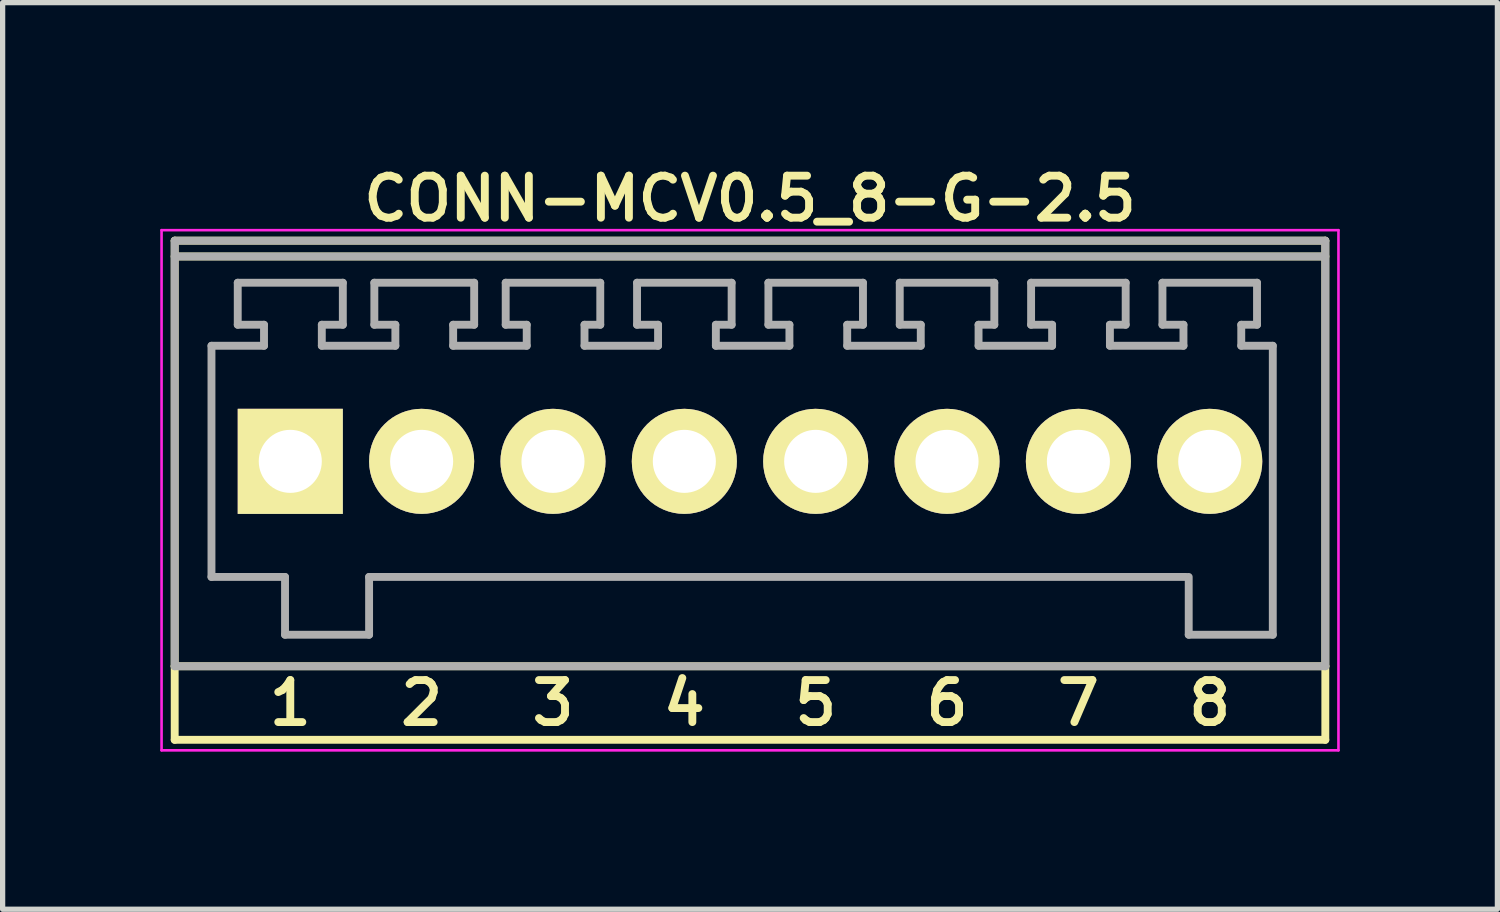
<source format=kicad_pcb>
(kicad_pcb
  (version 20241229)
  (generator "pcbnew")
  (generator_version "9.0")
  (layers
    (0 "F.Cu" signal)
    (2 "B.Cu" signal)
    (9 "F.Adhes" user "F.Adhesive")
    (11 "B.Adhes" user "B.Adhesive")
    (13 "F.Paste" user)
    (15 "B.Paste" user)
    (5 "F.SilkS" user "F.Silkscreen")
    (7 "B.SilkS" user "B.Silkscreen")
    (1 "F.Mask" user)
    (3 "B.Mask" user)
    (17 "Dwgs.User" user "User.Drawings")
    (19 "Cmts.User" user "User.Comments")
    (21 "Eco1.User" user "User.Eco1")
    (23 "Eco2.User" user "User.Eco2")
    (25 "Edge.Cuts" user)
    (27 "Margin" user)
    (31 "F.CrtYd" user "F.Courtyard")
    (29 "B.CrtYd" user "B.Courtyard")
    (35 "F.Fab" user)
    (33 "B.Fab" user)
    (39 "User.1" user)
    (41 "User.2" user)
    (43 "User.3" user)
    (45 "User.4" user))
  (footprint "CONN-MCV0.5_8-G-2.5"
    (layer "F.Cu")
    (at 11.225 5.731)
    (property "Reference" "CONN-MCV0.5_8-G-2.5" (at 0 -5 0) (layer "F.SilkS") (effects (font (size 0.8 0.8) (thickness 0.15))))
    (attr through_hole)
    (fp_line (start -10.95 -4.2) (end -10.95 3.9) (stroke (width 0.15) (type solid)) (layer "F.SilkS"))
    (fp_line (start -10.95 -3.9) (end 10.95 -3.9) (stroke (width 0.15) (type solid)) (layer "F.SilkS"))
    (fp_line (start -10.95 3.9) (end -10.95 5.3) (stroke (width 0.15) (type solid)) (layer "F.SilkS"))
    (fp_line (start -10.95 3.9) (end 10.95 3.9) (stroke (width 0.15) (type solid)) (layer "F.SilkS"))
    (fp_line (start -10.95 5.3) (end 10.95 5.3) (stroke (width 0.15) (type solid)) (layer "F.SilkS"))
    (fp_line (start 10.95 -4.2) (end -10.95 -4.2) (stroke (width 0.15) (type solid)) (layer "F.SilkS"))
    (fp_line (start 10.95 3.9) (end 10.95 -4.2) (stroke (width 0.15) (type solid)) (layer "F.SilkS"))
    (fp_line (start 10.95 5.3) (end 10.95 3.9) (stroke (width 0.15) (type solid)) (layer "F.SilkS"))
    (fp_line (start -11.2 -4.4) (end 11.2 -4.4) (stroke (width 0.05) (type solid)) (layer "F.CrtYd"))
    (fp_line (start -11.2 5.5) (end -11.2 -4.4) (stroke (width 0.05) (type solid)) (layer "F.CrtYd"))
    (fp_line (start 11.2 -4.4) (end 11.2 5.5) (stroke (width 0.05) (type solid)) (layer "F.CrtYd"))
    (fp_line (start 11.2 5.5) (end -11.2 5.5) (stroke (width 0.05) (type solid)) (layer "F.CrtYd"))
    (fp_line (start -10.95 -4.2) (end -10.95 3.9) (stroke (width 0.15) (type solid)) (layer "F.Fab"))
    (fp_line (start -10.95 -3.9) (end 10.95 -3.9) (stroke (width 0.15) (type solid)) (layer "F.Fab"))
    (fp_line (start -10.95 3.9) (end 10.95 3.9) (stroke (width 0.15) (type solid)) (layer "F.Fab"))
    (fp_line (start -10.25 -2.2) (end -9.25 -2.2) (stroke (width 0.15) (type solid)) (layer "F.Fab"))
    (fp_line (start -10.25 2.2) (end -10.25 -2.2) (stroke (width 0.15) (type solid)) (layer "F.Fab"))
    (fp_line (start -9.75 -3.4) (end -7.75 -3.4) (stroke (width 0.15) (type solid)) (layer "F.Fab"))
    (fp_line (start -9.75 -2.6) (end -9.75 -3.4) (stroke (width 0.15) (type solid)) (layer "F.Fab"))
    (fp_line (start -9.25 -2.6) (end -9.75 -2.6) (stroke (width 0.15) (type solid)) (layer "F.Fab"))
    (fp_line (start -9.25 -2.2) (end -9.25 -2.6) (stroke (width 0.15) (type solid)) (layer "F.Fab"))
    (fp_line (start -8.85 2.2) (end -10.25 2.2) (stroke (width 0.15) (type solid)) (layer "F.Fab"))
    (fp_line (start -8.85 3.3) (end -8.85 2.2) (stroke (width 0.15) (type solid)) (layer "F.Fab"))
    (fp_line (start -8.15 -2.6) (end -8.15 -2.2) (stroke (width 0.15) (type solid)) (layer "F.Fab"))
    (fp_line (start -8.15 -2.2) (end -6.75 -2.2) (stroke (width 0.15) (type solid)) (layer "F.Fab"))
    (fp_line (start -7.75 -3.4) (end -7.75 -2.6) (stroke (width 0.15) (type solid)) (layer "F.Fab"))
    (fp_line (start -7.75 -2.6) (end -8.15 -2.6) (stroke (width 0.15) (type solid)) (layer "F.Fab"))
    (fp_line (start -7.25 2.2) (end -7.25 3.3) (stroke (width 0.15) (type solid)) (layer "F.Fab"))
    (fp_line (start -7.25 2.2) (end 8.3 2.2) (stroke (width 0.15) (type solid)) (layer "F.Fab"))
    (fp_line (start -7.25 3.3) (end -8.85 3.3) (stroke (width 0.15) (type solid)) (layer "F.Fab"))
    (fp_line (start -7.15 -3.4) (end -5.25 -3.4) (stroke (width 0.15) (type solid)) (layer "F.Fab"))
    (fp_line (start -7.15 -2.6) (end -7.15 -3.4) (stroke (width 0.15) (type solid)) (layer "F.Fab"))
    (fp_line (start -6.75 -2.6) (end -7.15 -2.6) (stroke (width 0.15) (type solid)) (layer "F.Fab"))
    (fp_line (start -6.75 -2.2) (end -6.75 -2.6) (stroke (width 0.15) (type solid)) (layer "F.Fab"))
    (fp_line (start -5.65 -2.6) (end -5.65 -2.2) (stroke (width 0.15) (type solid)) (layer "F.Fab"))
    (fp_line (start -5.65 -2.2) (end -4.25 -2.2) (stroke (width 0.15) (type solid)) (layer "F.Fab"))
    (fp_line (start -5.25 -3.4) (end -5.25 -2.6) (stroke (width 0.15) (type solid)) (layer "F.Fab"))
    (fp_line (start -5.25 -2.6) (end -5.65 -2.6) (stroke (width 0.15) (type solid)) (layer "F.Fab"))
    (fp_line (start -4.65 -3.4) (end -2.85 -3.4) (stroke (width 0.15) (type solid)) (layer "F.Fab"))
    (fp_line (start -4.65 -2.6) (end -4.65 -3.4) (stroke (width 0.15) (type solid)) (layer "F.Fab"))
    (fp_line (start -4.25 -2.6) (end -4.65 -2.6) (stroke (width 0.15) (type solid)) (layer "F.Fab"))
    (fp_line (start -4.25 -2.2) (end -4.25 -2.6) (stroke (width 0.15) (type solid)) (layer "F.Fab"))
    (fp_line (start -3.15 -2.6) (end -2.85 -2.6) (stroke (width 0.15) (type solid)) (layer "F.Fab"))
    (fp_line (start -3.15 -2.2) (end -3.15 -2.6) (stroke (width 0.15) (type solid)) (layer "F.Fab"))
    (fp_line (start -3.15 -2.2) (end -1.75 -2.2) (stroke (width 0.15) (type solid)) (layer "F.Fab"))
    (fp_line (start -2.85 -2.6) (end -2.85 -3.4) (stroke (width 0.15) (type solid)) (layer "F.Fab"))
    (fp_line (start -2.15 -3.4) (end -0.35 -3.4) (stroke (width 0.15) (type solid)) (layer "F.Fab"))
    (fp_line (start -2.15 -2.6) (end -2.15 -3.4) (stroke (width 0.15) (type solid)) (layer "F.Fab"))
    (fp_line (start -1.75 -2.6) (end -2.15 -2.6) (stroke (width 0.15) (type solid)) (layer "F.Fab"))
    (fp_line (start -1.75 -2.2) (end -1.75 -2.6) (stroke (width 0.15) (type solid)) (layer "F.Fab"))
    (fp_line (start -0.65 -2.6) (end -0.35 -2.6) (stroke (width 0.15) (type solid)) (layer "F.Fab"))
    (fp_line (start -0.65 -2.2) (end -0.65 -2.6) (stroke (width 0.15) (type solid)) (layer "F.Fab"))
    (fp_line (start -0.65 -2.2) (end 0.75 -2.2) (stroke (width 0.15) (type solid)) (layer "F.Fab"))
    (fp_line (start -0.35 -2.6) (end -0.35 -3.4) (stroke (width 0.15) (type solid)) (layer "F.Fab"))
    (fp_line (start 0.35 -3.4) (end 2.15 -3.4) (stroke (width 0.15) (type solid)) (layer "F.Fab"))
    (fp_line (start 0.35 -2.6) (end 0.35 -3.4) (stroke (width 0.15) (type solid)) (layer "F.Fab"))
    (fp_line (start 0.75 -2.6) (end 0.35 -2.6) (stroke (width 0.15) (type solid)) (layer "F.Fab"))
    (fp_line (start 0.75 -2.2) (end 0.75 -2.6) (stroke (width 0.15) (type solid)) (layer "F.Fab"))
    (fp_line (start 1.85 -2.6) (end 2.15 -2.6) (stroke (width 0.15) (type solid)) (layer "F.Fab"))
    (fp_line (start 1.85 -2.2) (end 1.85 -2.6) (stroke (width 0.15) (type solid)) (layer "F.Fab"))
    (fp_line (start 1.85 -2.2) (end 3.25 -2.2) (stroke (width 0.15) (type solid)) (layer "F.Fab"))
    (fp_line (start 2.15 -2.6) (end 2.15 -3.4) (stroke (width 0.15) (type solid)) (layer "F.Fab"))
    (fp_line (start 2.85 -3.4) (end 4.65 -3.4) (stroke (width 0.15) (type solid)) (layer "F.Fab"))
    (fp_line (start 2.85 -2.6) (end 2.85 -3.4) (stroke (width 0.15) (type solid)) (layer "F.Fab"))
    (fp_line (start 3.25 -2.6) (end 2.85 -2.6) (stroke (width 0.15) (type solid)) (layer "F.Fab"))
    (fp_line (start 3.25 -2.2) (end 3.25 -2.6) (stroke (width 0.15) (type solid)) (layer "F.Fab"))
    (fp_line (start 4.35 -2.6) (end 4.65 -2.6) (stroke (width 0.15) (type solid)) (layer "F.Fab"))
    (fp_line (start 4.35 -2.2) (end 4.35 -2.6) (stroke (width 0.15) (type solid)) (layer "F.Fab"))
    (fp_line (start 4.35 -2.2) (end 5.75 -2.2) (stroke (width 0.15) (type solid)) (layer "F.Fab"))
    (fp_line (start 4.65 -2.6) (end 4.65 -3.4) (stroke (width 0.15) (type solid)) (layer "F.Fab"))
    (fp_line (start 5.35 -3.4) (end 7.15 -3.4) (stroke (width 0.15) (type solid)) (layer "F.Fab"))
    (fp_line (start 5.35 -2.6) (end 5.35 -3.4) (stroke (width 0.15) (type solid)) (layer "F.Fab"))
    (fp_line (start 5.75 -2.6) (end 5.35 -2.6) (stroke (width 0.15) (type solid)) (layer "F.Fab"))
    (fp_line (start 5.75 -2.2) (end 5.75 -2.6) (stroke (width 0.15) (type solid)) (layer "F.Fab"))
    (fp_line (start 6.85 -2.6) (end 7.15 -2.6) (stroke (width 0.15) (type solid)) (layer "F.Fab"))
    (fp_line (start 6.85 -2.2) (end 6.85 -2.6) (stroke (width 0.15) (type solid)) (layer "F.Fab"))
    (fp_line (start 6.85 -2.2) (end 8.25 -2.2) (stroke (width 0.15) (type solid)) (layer "F.Fab"))
    (fp_line (start 7.15 -2.6) (end 7.15 -3.4) (stroke (width 0.15) (type solid)) (layer "F.Fab"))
    (fp_line (start 7.85 -3.4) (end 9.65 -3.4) (stroke (width 0.15) (type solid)) (layer "F.Fab"))
    (fp_line (start 7.85 -2.6) (end 7.85 -3.4) (stroke (width 0.15) (type solid)) (layer "F.Fab"))
    (fp_line (start 8.25 -2.6) (end 7.85 -2.6) (stroke (width 0.15) (type solid)) (layer "F.Fab"))
    (fp_line (start 8.25 -2.2) (end 8.25 -2.6) (stroke (width 0.15) (type solid)) (layer "F.Fab"))
    (fp_line (start 8.35 3.3) (end 8.35 2.2) (stroke (width 0.15) (type solid)) (layer "F.Fab"))
    (fp_line (start 9.35 -2.6) (end 9.65 -2.6) (stroke (width 0.15) (type solid)) (layer "F.Fab"))
    (fp_line (start 9.35 -2.2) (end 9.35 -2.6) (stroke (width 0.15) (type solid)) (layer "F.Fab"))
    (fp_line (start 9.65 -2.6) (end 9.65 -3.4) (stroke (width 0.15) (type solid)) (layer "F.Fab"))
    (fp_line (start 9.95 -2.2) (end 9.35 -2.2) (stroke (width 0.15) (type solid)) (layer "F.Fab"))
    (fp_line (start 9.95 -2.2) (end 9.95 3.3) (stroke (width 0.15) (type solid)) (layer "F.Fab"))
    (fp_line (start 9.95 3.3) (end 8.35 3.3) (stroke (width 0.15) (type solid)) (layer "F.Fab"))
    (fp_line (start 10.95 -4.2) (end -10.95 -4.2) (stroke (width 0.15) (type solid)) (layer "F.Fab"))
    (fp_line (start 10.95 3.9) (end 10.95 -4.2) (stroke (width 0.15) (type solid)) (layer "F.Fab"))
    (fp_text user "4" (at -1.25 4.6 0) (layer "F.SilkS") (effects (font (size 0.8 0.8) (thickness 0.15))))
    (fp_text user "6" (at 3.75 4.6 0) (layer "F.SilkS") (effects (font (size 0.8 0.8) (thickness 0.15))))
    (fp_text user "8" (at 8.75 4.6 0) (layer "F.SilkS") (effects (font (size 0.8 0.8) (thickness 0.15))))
    (fp_text user "2" (at -6.25 4.6 0) (layer "F.SilkS") (effects (font (size 0.8 0.8) (thickness 0.15))))
    (fp_text user "7" (at 6.25 4.6 0) (layer "F.SilkS") (effects (font (size 0.8 0.8) (thickness 0.15))))
    (fp_text user "1" (at -8.75 4.6 0) (layer "F.SilkS") (effects (font (size 0.8 0.8) (thickness 0.15))))
    (fp_text user "3" (at -3.75 4.6 0) (layer "F.SilkS") (effects (font (size 0.8 0.8) (thickness 0.15))))
    (fp_text user "5" (at 1.25 4.6 0) (layer "F.SilkS") (effects (font (size 0.8 0.8) (thickness 0.15))))
    (pad "1" thru_hole rect (at -8.75 0) (size 2 2) (drill 1.2) (layers "*.Cu" "*.Mask" "F.SilkS"))
    (pad "2" thru_hole circle (at -6.25 0) (size 2 2) (drill 1.2) (layers "*.Cu" "*.Mask" "F.SilkS"))
    (pad "3" thru_hole circle (at -3.75 0) (size 2 2) (drill 1.2) (layers "*.Cu" "*.Mask" "F.SilkS"))
    (pad "4" thru_hole circle (at -1.25 0) (size 2 2) (drill 1.2) (layers "*.Cu" "*.Mask" "F.SilkS"))
    (pad "5" thru_hole circle (at 1.25 0) (size 2 2) (drill 1.2) (layers "*.Cu" "*.Mask" "F.SilkS"))
    (pad "6" thru_hole circle (at 3.75 0) (size 2 2) (drill 1.2) (layers "*.Cu" "*.Mask" "F.SilkS"))
    (pad "7" thru_hole circle (at 6.25 0) (size 2 2) (drill 1.2) (layers "*.Cu" "*.Mask" "F.SilkS"))
    (pad "8" thru_hole circle (at 8.75 0) (size 2 2) (drill 1.2) (layers "*.Cu" "*.Mask" "F.SilkS")))
  (gr_rect
    (start -3 -3)
    (end 25.45 14.256)
    (stroke (width 0.1) (type default))
    (fill no)
    (layer "Edge.Cuts")))
</source>
